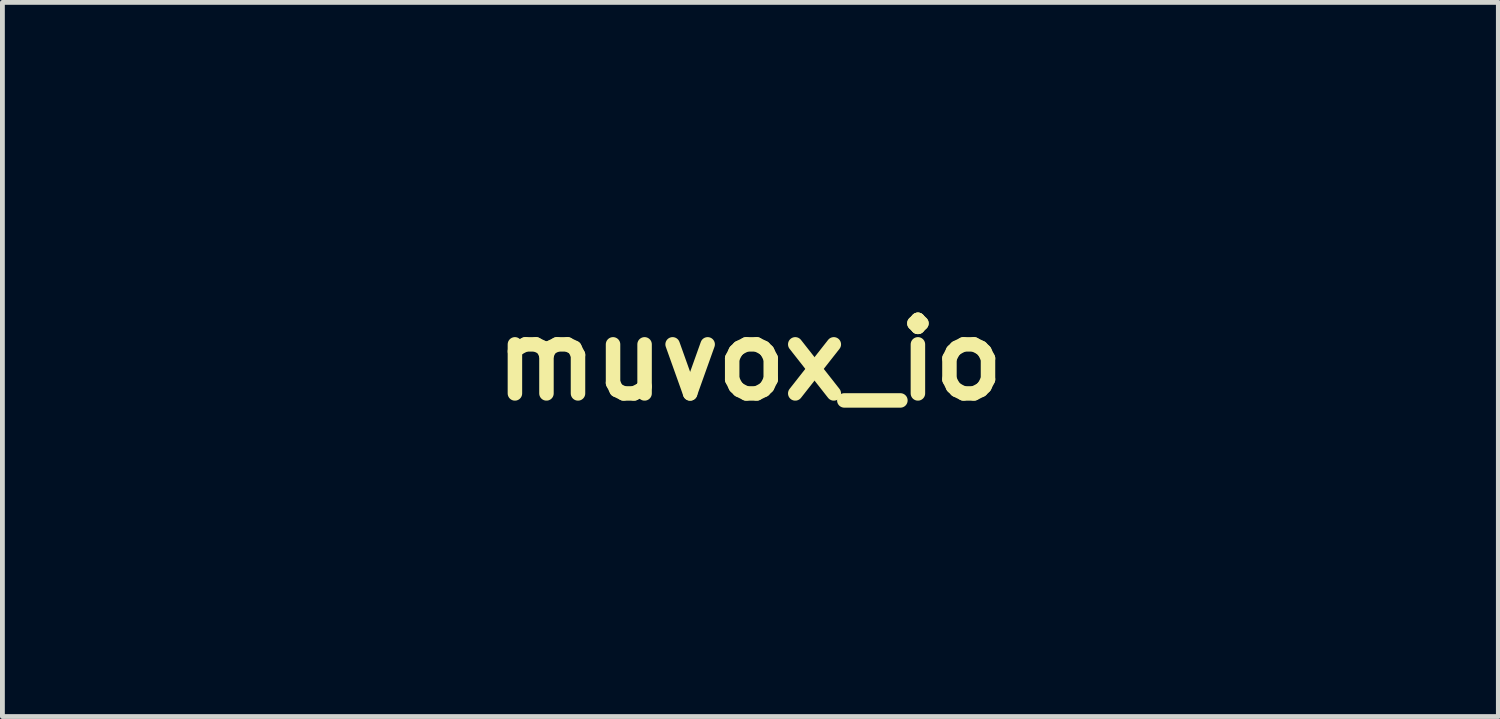
<source format=kicad_pcb>
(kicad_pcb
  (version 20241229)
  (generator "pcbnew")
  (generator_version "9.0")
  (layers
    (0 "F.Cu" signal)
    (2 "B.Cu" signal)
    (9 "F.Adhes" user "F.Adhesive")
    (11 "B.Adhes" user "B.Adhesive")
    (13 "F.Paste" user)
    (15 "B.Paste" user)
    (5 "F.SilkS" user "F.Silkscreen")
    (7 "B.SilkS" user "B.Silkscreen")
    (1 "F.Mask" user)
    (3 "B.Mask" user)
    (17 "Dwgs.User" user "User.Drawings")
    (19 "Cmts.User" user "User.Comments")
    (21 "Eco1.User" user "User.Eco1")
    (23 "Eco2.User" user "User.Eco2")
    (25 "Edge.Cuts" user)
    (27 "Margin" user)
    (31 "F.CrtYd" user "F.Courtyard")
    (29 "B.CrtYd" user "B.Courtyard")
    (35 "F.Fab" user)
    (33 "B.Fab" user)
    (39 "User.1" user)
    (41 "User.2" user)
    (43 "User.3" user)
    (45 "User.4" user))
  (footprint "muvox_io"
    (layer "F.Cu")
    (at 12.476 4.408)
    (property "Reference" "muvox_io" (at 0 0 0) (layer "F.SilkS") (effects (font (size 1.524 1.524) (thickness 0.3))))
    (attr through_hole)
    (fp_poly (pts (xy -2.4 -0.177) (xy -2.306 -0.113) (xy -2.234 -0.019) (xy -2.2 0.068) (xy -2.185 0.158) (xy -2.177 0.272) (xy -2.178 0.392) (xy -2.187 0.5) (xy -2.199 0.565) (xy -2.245 0.669) (xy -2.315 0.756) (xy -2.4 0.815) (xy -2.406 0.818) (xy -2.496 0.84) (xy -2.602 0.844) (xy -2.702 0.83) (xy -2.744 0.816) (xy -2.834 0.754) (xy -2.9 0.658) (xy -2.943 0.529) (xy -2.961 0.368) (xy -2.96 0.259) (xy -2.944 0.112) (xy -2.911 -0.001) (xy -2.857 -0.086) (xy -2.78 -0.149) (xy -2.752 -0.164) (xy -2.63 -0.205) (xy -2.51 -0.209) (xy -2.4 -0.177)) (stroke (width 0.01) (type solid)) (fill yes) (layer "B.Mask"))
    (fp_poly (pts (xy -6.978 -0.182) (xy -6.884 -0.123) (xy -6.864 -0.103) (xy -6.827 -0.05) (xy -6.793 0.019) (xy -6.785 0.04) (xy -6.767 0.118) (xy -6.756 0.222) (xy -6.753 0.338) (xy -6.756 0.451) (xy -6.767 0.546) (xy -6.774 0.576) (xy -6.818 0.673) (xy -6.888 0.757) (xy -6.971 0.815) (xy -6.978 0.818) (xy -7.058 0.838) (xy -7.156 0.844) (xy -7.251 0.837) (xy -7.303 0.823) (xy -7.397 0.766) (xy -7.467 0.678) (xy -7.511 0.558) (xy -7.532 0.406) (xy -7.532 0.278) (xy -7.525 0.172) (xy -7.515 0.095) (xy -7.498 0.035) (xy -7.471 -0.021) (xy -7.471 -0.021) (xy -7.4 -0.11) (xy -7.306 -0.172) (xy -7.199 -0.206) (xy -7.086 -0.209) (xy -6.978 -0.182)) (stroke (width 0.01) (type solid)) (fill yes) (layer "B.Mask"))
    (fp_poly (pts (xy 8.614 -1.616) (xy 8.814 -1.568) (xy 9.002 -1.486) (xy 9.173 -1.372) (xy 9.321 -1.23) (xy 9.442 -1.061) (xy 9.528 -0.878) (xy 9.559 -0.761) (xy 9.579 -0.619) (xy 9.586 -0.47) (xy 9.58 -0.329) (xy 9.568 -0.247) (xy 9.508 -0.056) (xy 9.411 0.122) (xy 9.282 0.282) (xy 9.128 0.419) (xy 8.954 0.527) (xy 8.764 0.599) (xy 8.752 0.603) (xy 8.645 0.621) (xy 8.517 0.631) (xy 8.382 0.631) (xy 8.259 0.621) (xy 8.17 0.605) (xy 7.967 0.528) (xy 7.786 0.419) (xy 7.632 0.282) (xy 7.506 0.121) (xy 7.411 -0.059) (xy 7.35 -0.254) (xy 7.325 -0.46) (xy 7.339 -0.672) (xy 7.356 -0.757) (xy 7.423 -0.955) (xy 7.527 -1.137) (xy 7.662 -1.297) (xy 7.823 -1.431) (xy 8.005 -1.533) (xy 8.197 -1.598) (xy 8.407 -1.627) (xy 8.614 -1.616)) (stroke (width 0.01) (type solid)) (fill yes) (layer "B.Mask"))
    (fp_poly (pts (xy 4.196 -4.403) (xy 4.761 -4.403) (xy 5.291 -4.403) (xy 5.789 -4.402) (xy 6.254 -4.402) (xy 6.688 -4.402) (xy 7.092 -4.401) (xy 7.467 -4.401) (xy 7.814 -4.4) (xy 8.135 -4.399) (xy 8.431 -4.398) (xy 8.702 -4.397) (xy 8.95 -4.395) (xy 9.176 -4.394) (xy 9.381 -4.392) (xy 9.566 -4.39) (xy 9.733 -4.387) (xy 9.882 -4.385) (xy 10.015 -4.382) (xy 10.132 -4.379) (xy 10.235 -4.376) (xy 10.325 -4.372) (xy 10.404 -4.368) (xy 10.471 -4.363) (xy 10.529 -4.359) (xy 10.578 -4.354) (xy 10.62 -4.348) (xy 10.656 -4.342) (xy 10.686 -4.336) (xy 10.712 -4.329) (xy 10.736 -4.322) (xy 10.758 -4.315) (xy 10.779 -4.307) (xy 10.8 -4.298) (xy 10.824 -4.289) (xy 10.849 -4.28) (xy 10.863 -4.275) (xy 11.154 -4.156) (xy 11.424 -4.001) (xy 11.671 -3.814) (xy 11.893 -3.596) (xy 12.086 -3.351) (xy 12.248 -3.082) (xy 12.376 -2.792) (xy 12.44 -2.593) (xy 12.499 -2.381) (xy 12.499 2.36) (xy 12.452 2.536) (xy 12.364 2.815) (xy 12.255 3.064) (xy 12.119 3.293) (xy 11.951 3.51) (xy 11.8 3.672) (xy 11.594 3.86) (xy 11.384 4.015) (xy 11.16 4.142) (xy 10.913 4.247) (xy 10.676 4.323) (xy 10.509 4.37) (xy 0.085 4.374) (xy -0.708 4.375) (xy -1.46 4.375) (xy -2.172 4.375) (xy -2.845 4.376) (xy -3.48 4.376) (xy -4.078 4.376) (xy -4.641 4.376) (xy -5.169 4.376) (xy -5.664 4.376) (xy -6.126 4.376) (xy -6.558 4.376) (xy -6.959 4.376) (xy -7.332 4.376) (xy -7.677 4.375) (xy -7.995 4.375) (xy -8.287 4.374) (xy -8.556 4.374) (xy -8.801 4.373) (xy -9.023 4.372) (xy -9.225 4.372) (xy -9.407 4.371) (xy -9.57 4.37) (xy -9.716 4.369) (xy -9.844 4.367) (xy -9.958 4.366) (xy -10.057 4.365) (xy -10.143 4.363) (xy -10.217 4.361) (xy -10.28 4.36) (xy -10.333 4.358) (xy -10.377 4.356) (xy -10.414 4.353) (xy -10.445 4.351) (xy -10.47 4.348) (xy -10.49 4.346) (xy -10.508 4.343) (xy -10.524 4.34) (xy -10.53 4.339) (xy -10.839 4.253) (xy -11.128 4.131) (xy -11.396 3.975) (xy -11.639 3.787) (xy -11.857 3.571) (xy -12.046 3.329) (xy -12.203 3.064) (xy -12.326 2.777) (xy -12.414 2.472) (xy -12.435 2.363) (xy -12.441 2.307) (xy -12.446 2.213) (xy -12.451 2.083) (xy -12.455 1.922) (xy -12.456 1.894) (xy 5.715 1.894) (xy 5.889 2.069) (xy 5.958 2.137) (xy 6.017 2.193) (xy 6.057 2.231) (xy 6.074 2.244) (xy 6.091 2.229) (xy 6.134 2.188) (xy 6.202 2.122) (xy 6.29 2.035) (xy 6.397 1.93) (xy 6.519 1.809) (xy 6.653 1.676) (xy 6.796 1.533) (xy 6.798 1.532) (xy 7.511 0.819) (xy 7.592 0.883) (xy 7.736 0.979) (xy 7.894 1.049) (xy 8.072 1.094) (xy 8.278 1.118) (xy 8.42 1.121) (xy 8.638 1.112) (xy 8.83 1.082) (xy 9.009 1.029) (xy 9.115 0.984) (xy 9.351 0.855) (xy 9.556 0.696) (xy 9.73 0.509) (xy 9.871 0.295) (xy 9.98 0.055) (xy 10.036 -0.127) (xy 10.064 -0.29) (xy 10.074 -0.475) (xy 10.066 -0.665) (xy 10.041 -0.845) (xy 10.012 -0.963) (xy 9.914 -1.206) (xy 9.781 -1.428) (xy 9.617 -1.626) (xy 9.424 -1.795) (xy 9.206 -1.932) (xy 9.155 -1.958) (xy 9.011 -2.021) (xy 8.877 -2.063) (xy 8.738 -2.09) (xy 8.581 -2.102) (xy 8.467 -2.104) (xy 8.297 -2.101) (xy 8.155 -2.086) (xy 8.025 -2.056) (xy 7.892 -2.009) (xy 7.743 -1.941) (xy 7.736 -1.938) (xy 7.512 -1.806) (xy 7.32 -1.647) (xy 7.157 -1.459) (xy 7.024 -1.242) (xy 6.918 -0.993) (xy 6.916 -0.985) (xy 6.889 -0.906) (xy 6.871 -0.84) (xy 6.859 -0.776) (xy 6.853 -0.703) (xy 6.85 -0.611) (xy 6.849 -0.487) (xy 6.854 -0.283) (xy 6.873 -0.111) (xy 6.908 0.038) (xy 6.961 0.171) (xy 7.036 0.298) (xy 7.079 0.359) (xy 7.112 0.409) (xy 7.132 0.446) (xy 7.133 0.454) (xy 7.119 0.473) (xy 7.077 0.519) (xy 7.011 0.589) (xy 6.924 0.679) (xy 6.819 0.787) (xy 6.698 0.91) (xy 6.564 1.045) (xy 6.424 1.185) (xy 5.715 1.894) (xy -12.456 1.894) (xy -12.459 1.734) (xy -12.462 1.52) (xy -12.465 1.287) (xy -12.467 1.036) (xy -12.469 0.771) (xy -12.47 0.496) (xy -12.47 0.358) (xy -7.821 0.358) (xy -7.799 0.53) (xy -7.75 0.686) (xy -7.674 0.822) (xy -7.575 0.931) (xy -7.456 1.009) (xy -7.429 1.02) (xy -7.277 1.06) (xy -7.114 1.068) (xy -6.955 1.045) (xy -6.847 1.007) (xy -6.716 0.923) (xy -6.609 0.809) (xy -6.53 0.668) (xy -6.481 0.506) (xy -6.463 0.326) (xy -6.469 0.212) (xy -6.501 0.032) (xy -6.56 -0.117) (xy -6.648 -0.237) (xy -6.766 -0.331) (xy -6.798 -0.349) (xy -6.865 -0.382) (xy -6.93 -0.402) (xy -6.075 -0.402) (xy -6.075 1.037) (xy -5.8 1.037) (xy -5.8 0.94) (xy -5.374 0.94) (xy -5.361 0.984) (xy -5.327 1.025) (xy -5.256 1.069) (xy -5.173 1.079) (xy -5.095 1.053) (xy -5.086 1.047) (xy -5.068 1.025) (xy -4.749 1.025) (xy -4.724 1.033) (xy -4.666 1.036) (xy -4.612 1.037) (xy -4.456 1.036) (xy -4.276 0.762) (xy -4.213 0.668) (xy -4.159 0.588) (xy -4.117 0.527) (xy -4.091 0.493) (xy -4.085 0.488) (xy -4.071 0.504) (xy -4.037 0.551) (xy -3.989 0.62) (xy -3.931 0.707) (xy -3.895 0.762) (xy -3.715 1.036) (xy -3.406 1.037) (xy -3.475 0.937) (xy -3.513 0.881) (xy -3.569 0.801) (xy -3.635 0.706) (xy -3.704 0.608) (xy -3.715 0.593) (xy -3.778 0.503) (xy -3.832 0.425) (xy -3.874 0.365) (xy -3.897 0.33) (xy -3.9 0.326) (xy -3.902 0.318) (xy -3.241 0.318) (xy -3.231 0.49) (xy -3.198 0.635) (xy -3.141 0.764) (xy -3.091 0.838) (xy -2.995 0.935) (xy -2.872 1.007) (xy -2.731 1.052) (xy -2.579 1.068) (xy -2.426 1.055) (xy -2.28 1.009) (xy -2.275 1.007) (xy -2.146 0.927) (xy -2.04 0.815) (xy -1.961 0.677) (xy -1.909 0.518) (xy -1.888 0.343) (xy -1.9 0.159) (xy -1.902 0.148) (xy -1.946 -0.027) (xy -2.016 -0.169) (xy -2.113 -0.279) (xy -2.237 -0.357) (xy -2.389 -0.404) (xy -2.522 -0.419) (xy -2.674 -0.419) (xy -2.797 -0.398) (xy -2.902 -0.354) (xy -3 -0.282) (xy -3.039 -0.245) (xy -3.127 -0.141) (xy -3.188 -0.03) (xy -3.224 0.097) (xy -3.24 0.25) (xy -3.241 0.318) (xy -3.902 0.318) (xy -3.902 0.315) (xy -3.897 0.296) (xy -3.882 0.267) (xy -3.855 0.222) (xy -3.814 0.158) (xy -3.755 0.071) (xy -3.677 -0.042) (xy -3.577 -0.186) (xy -3.563 -0.206) (xy -3.427 -0.402) (xy -3.736 -0.401) (xy -3.903 -0.148) (xy -3.963 -0.057) (xy -4.016 0.019) (xy -4.057 0.074) (xy -4.081 0.103) (xy -4.085 0.106) (xy -4.102 0.089) (xy -4.137 0.043) (xy -4.185 -0.026) (xy -4.243 -0.111) (xy -4.267 -0.148) (xy -4.434 -0.401) (xy -4.589 -0.402) (xy -4.743 -0.402) (xy -4.607 -0.206) (xy -4.505 -0.059) (xy -4.424 0.058) (xy -4.363 0.148) (xy -4.319 0.215) (xy -4.291 0.262) (xy -4.274 0.293) (xy -4.268 0.313) (xy -4.269 0.325) (xy -4.27 0.326) (xy -4.287 0.352) (xy -4.324 0.406) (xy -4.376 0.481) (xy -4.438 0.57) (xy -4.504 0.666) (xy -4.571 0.762) (xy -4.634 0.851) (xy -4.687 0.927) (xy -4.726 0.982) (xy -4.746 1.01) (xy -4.747 1.011) (xy -4.749 1.025) (xy -5.068 1.025) (xy -5.044 0.995) (xy -5.024 0.921) (xy -5.027 0.84) (xy -5.038 0.804) (xy -5.082 0.748) (xy -5.152 0.718) (xy -5.236 0.718) (xy -5.258 0.723) (xy -5.315 0.744) (xy -5.347 0.775) (xy -5.364 0.828) (xy -5.371 0.875) (xy -5.374 0.94) (xy -5.8 0.94) (xy -5.8 -0.402) (xy -6.075 -0.402) (xy -6.93 -0.402) (xy -6.931 -0.402) (xy -7.01 -0.414) (xy -7.094 -0.419) (xy -7.249 -0.418) (xy -7.378 -0.394) (xy -7.489 -0.345) (xy -7.588 -0.271) (xy -7.691 -0.156) (xy -7.764 -0.017) (xy -7.807 0.15) (xy -7.811 0.177) (xy -7.821 0.358) (xy -12.47 0.358) (xy -12.471 0.215) (xy -12.471 -0.068) (xy -12.471 -0.351) (xy -12.47 -0.63) (xy -12.469 -0.793) (xy -6.095 -0.793) (xy -6.074 -0.724) (xy -6.054 -0.699) (xy -5.994 -0.665) (xy -5.92 -0.657) (xy -5.849 -0.675) (xy -5.831 -0.686) (xy -5.802 -0.73) (xy -5.79 -0.795) (xy -5.795 -0.863) (xy -5.799 -0.871) (xy -1.772 -0.871) (xy -1.77 -0.856) (xy -1.76 -0.829) (xy -1.738 -0.767) (xy -1.705 -0.674) (xy -1.662 -0.553) (xy -1.611 -0.408) (xy -1.554 -0.245) (xy -1.491 -0.066) (xy -1.439 0.081) (xy -1.373 0.268) (xy -1.311 0.443) (xy -1.256 0.602) (xy -1.207 0.741) (xy -1.166 0.855) (xy -1.136 0.941) (xy -1.117 0.995) (xy -1.111 1.012) (xy -1.091 1.027) (xy -1.041 1.034) (xy -0.954 1.033) (xy -0.95 1.033) (xy -0.799 1.027) (xy -0.463 0.074) (xy -0.396 -0.117) (xy -0.333 -0.295) (xy -0.296 -0.402) (xy 0.127 -0.402) (xy 0.127 1.037) (xy 0.338 1.037) (xy 0.352 0.952) (xy 0.368 0.884) (xy 0.388 0.858) (xy 0.414 0.87) (xy 0.433 0.895) (xy 0.502 0.965) (xy 0.602 1.018) (xy 0.722 1.053) (xy 0.853 1.066) (xy 0.985 1.058) (xy 1.111 1.026) (xy 1.135 1.016) (xy 1.229 0.954) (xy 1.306 0.861) (xy 1.352 0.764) (xy 1.36 0.715) (xy 1.367 0.626) (xy 1.371 0.53) (xy 1.82 0.53) (xy 1.82 1.037) (xy 2.095 1.037) (xy 2.095 0.547) (xy 2.096 0.366) (xy 2.099 0.222) (xy 2.105 0.11) (xy 2.114 0.024) (xy 2.128 -0.04) (xy 2.146 -0.089) (xy 2.171 -0.126) (xy 2.196 -0.153) (xy 2.231 -0.18) (xy 2.275 -0.194) (xy 2.339 -0.2) (xy 2.392 -0.201) (xy 2.503 -0.193) (xy 2.584 -0.165) (xy 2.647 -0.11) (xy 2.697 -0.031) (xy 2.711 -0.001) (xy 2.722 0.033) (xy 2.731 0.075) (xy 2.737 0.133) (xy 2.741 0.212) (xy 2.744 0.318) (xy 2.747 0.458) (xy 2.748 0.545) (xy 2.754 1.037) (xy 3.027 1.037) (xy 3.027 0.528) (xy 3.027 0.352) (xy 3.03 0.212) (xy 3.034 0.104) (xy 3.042 0.022) (xy 3.054 -0.039) (xy 3.071 -0.084) (xy 3.094 -0.12) (xy 3.123 -0.151) (xy 3.131 -0.157) (xy 3.195 -0.19) (xy 3.297 -0.206) (xy 3.298 -0.206) (xy 3.415 -0.201) (xy 3.508 -0.165) (xy 3.58 -0.094) (xy 3.619 -0.03) (xy 3.637 0.005) (xy 3.65 0.038) (xy 3.659 0.077) (xy 3.666 0.126) (xy 3.671 0.194) (xy 3.675 0.285) (xy 3.677 0.406) (xy 3.679 0.555) (xy 3.686 1.037) (xy 3.958 1.037) (xy 3.958 -0.402) (xy 3.73 -0.402) (xy 3.716 -0.307) (xy 3.706 -0.25) (xy 3.696 -0.216) (xy 3.692 -0.212) (xy 3.673 -0.225) (xy 3.635 -0.261) (xy 3.603 -0.292) (xy 3.515 -0.36) (xy 3.411 -0.402) (xy 3.281 -0.421) (xy 3.215 -0.423) (xy 3.068 -0.407) (xy 2.949 -0.359) (xy 2.857 -0.279) (xy 2.847 -0.266) (xy 2.788 -0.189) (xy 2.719 -0.264) (xy 2.623 -0.346) (xy 2.51 -0.397) (xy 2.372 -0.421) (xy 2.306 -0.423) (xy 2.155 -0.409) (xy 2.034 -0.367) (xy 1.942 -0.295) (xy 1.877 -0.192) (xy 1.843 -0.083) (xy 1.836 -0.031) (xy 1.831 0.056) (xy 1.826 0.171) (xy 1.822 0.306) (xy 1.821 0.454) (xy 1.82 0.53) (xy 1.371 0.53) (xy 1.372 0.499) (xy 1.375 0.335) (xy 1.376 0.145) (xy 1.376 -0.402) (xy 1.101 -0.402) (xy 1.101 0.107) (xy 1.1 0.283) (xy 1.098 0.422) (xy 1.093 0.53) (xy 1.085 0.612) (xy 1.073 0.673) (xy 1.056 0.719) (xy 1.033 0.755) (xy 1.004 0.786) (xy 0.996 0.794) (xy 0.962 0.816) (xy 0.917 0.829) (xy 0.849 0.835) (xy 0.785 0.836) (xy 0.697 0.834) (xy 0.638 0.827) (xy 0.594 0.811) (xy 0.551 0.782) (xy 0.546 0.778) (xy 0.503 0.741) (xy 0.469 0.698) (xy 0.442 0.645) (xy 0.423 0.576) (xy 0.408 0.485) (xy 0.398 0.367) (xy 0.391 0.217) (xy 0.387 0.058) (xy 0.375 -0.402) (xy 0.127 -0.402) (xy -0.296 -0.402) (xy -0.276 -0.457) (xy -0.227 -0.599) (xy -0.186 -0.716) (xy -0.154 -0.805) (xy -0.134 -0.862) (xy -0.127 -0.884) (xy -0.127 -0.884) (xy -0.146 -0.886) (xy -0.197 -0.888) (xy -0.268 -0.889) (xy -0.27 -0.889) (xy -0.413 -0.889) (xy -0.66 -0.153) (xy -0.718 0.018) (xy -0.771 0.179) (xy -0.819 0.326) (xy -0.86 0.453) (xy -0.892 0.554) (xy -0.913 0.626) (xy -0.922 0.661) (xy -0.937 0.715) (xy -0.955 0.739) (xy -0.969 0.731) (xy -0.974 0.693) (xy -0.98 0.663) (xy -0.999 0.598) (xy -1.029 0.501) (xy -1.067 0.379) (xy -1.114 0.236) (xy -1.166 0.076) (xy -1.224 -0.096) (xy -1.232 -0.122) (xy -1.491 -0.889) (xy -1.637 -0.889) (xy -1.714 -0.888) (xy -1.756 -0.882) (xy -1.772 -0.871) (xy -5.799 -0.871) (xy -5.819 -0.917) (xy -5.824 -0.922) (xy -5.878 -0.951) (xy -5.95 -0.958) (xy -6.019 -0.943) (xy -6.053 -0.922) (xy -6.088 -0.864) (xy -6.095 -0.793) (xy -12.469 -0.793) (xy -12.469 -0.901) (xy -12.467 -1.16) (xy -12.464 -1.403) (xy -12.461 -1.629) (xy -12.458 -1.831) (xy -12.454 -2.008) (xy -12.45 -2.156) (xy -12.445 -2.27) (xy -12.439 -2.348) (xy -12.436 -2.374) (xy -12.361 -2.688) (xy -12.249 -2.982) (xy -12.102 -3.256) (xy -11.924 -3.507) (xy -11.716 -3.731) (xy -11.481 -3.928) (xy -11.221 -4.094) (xy -10.939 -4.228) (xy -10.637 -4.326) (xy -10.436 -4.368) (xy -10.418 -4.371) (xy -10.396 -4.374) (xy -10.367 -4.376) (xy -10.331 -4.378) (xy -10.287 -4.38) (xy -10.234 -4.382) (xy -10.17 -4.384) (xy -10.094 -4.386) (xy -10.006 -4.388) (xy -9.904 -4.389) (xy -9.787 -4.39) (xy -9.655 -4.392) (xy -9.504 -4.393) (xy -9.336 -4.394) (xy -9.148 -4.395) (xy -8.94 -4.396) (xy -8.71 -4.397) (xy -8.457 -4.398) (xy -8.181 -4.399) (xy -7.879 -4.399) (xy -7.552 -4.4) (xy -7.197 -4.4) (xy -6.814 -4.401) (xy -6.401 -4.401) (xy -5.958 -4.401) (xy -5.483 -4.402) (xy -4.975 -4.402) (xy -4.434 -4.402) (xy -3.857 -4.402) (xy -3.244 -4.402) (xy -2.594 -4.402) (xy -1.906 -4.403) (xy -1.178 -4.403) (xy -0.409 -4.403) (xy 0.02 -4.403) (xy 0.815 -4.403) (xy 1.569 -4.403) (xy 2.283 -4.403) (xy 2.958 -4.403) (xy 3.595 -4.403) (xy 4.196 -4.403)) (stroke (width 0.01) (type solid)) (fill yes) (layer "B.Mask")))
  (gr_rect
    (start -3 -3)
    (end 27.98 11.789)
    (stroke (width 0.1) (type default))
    (fill no)
    (layer "Edge.Cuts")))
</source>
